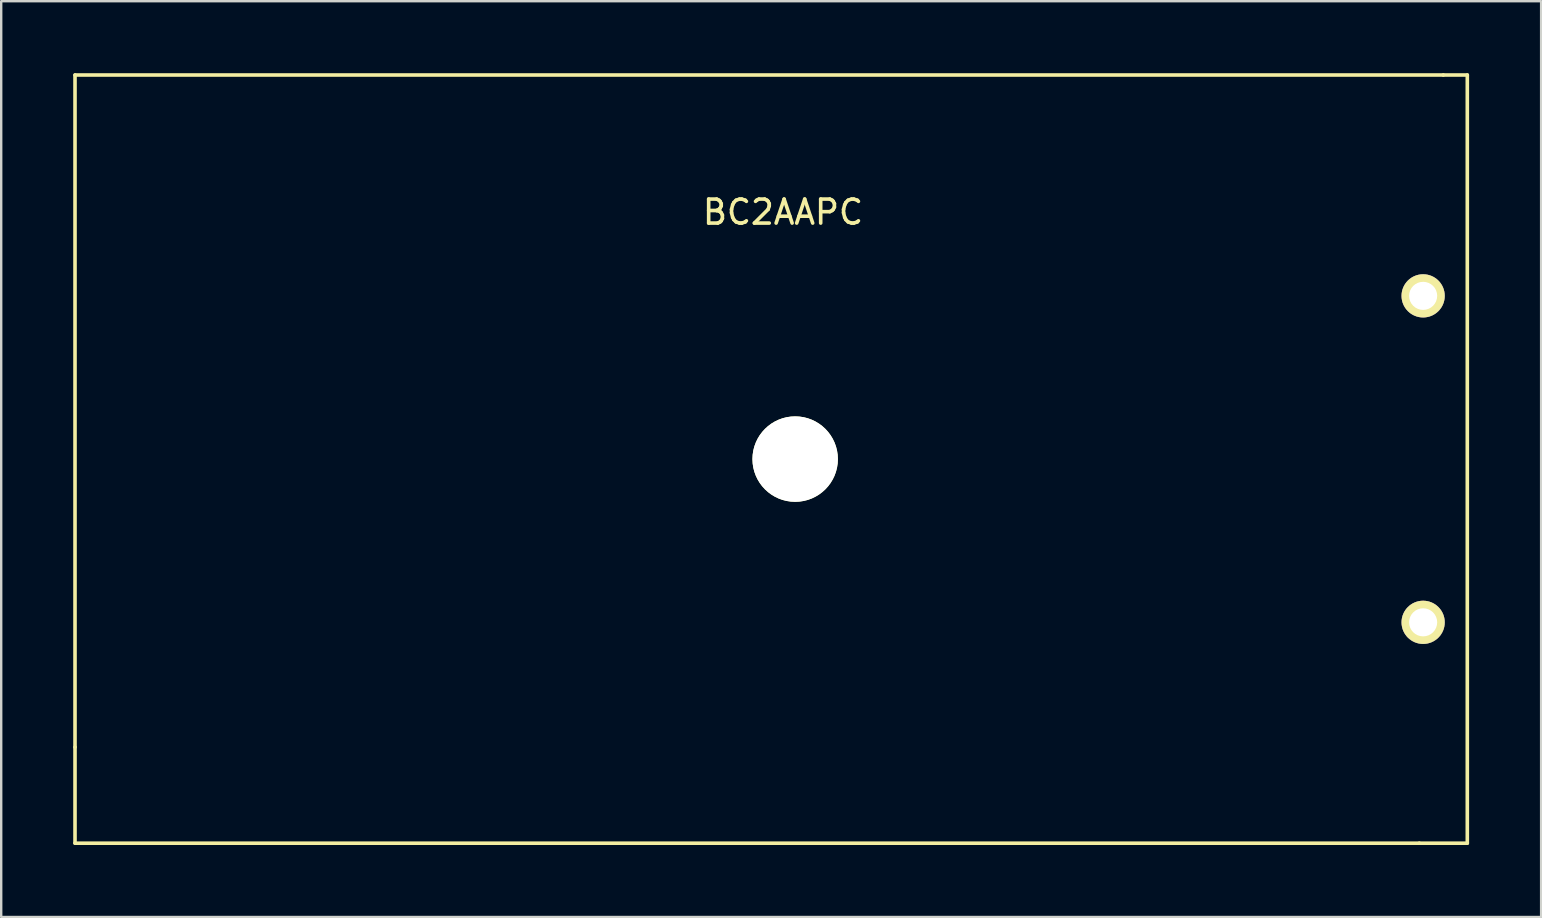
<source format=kicad_pcb>
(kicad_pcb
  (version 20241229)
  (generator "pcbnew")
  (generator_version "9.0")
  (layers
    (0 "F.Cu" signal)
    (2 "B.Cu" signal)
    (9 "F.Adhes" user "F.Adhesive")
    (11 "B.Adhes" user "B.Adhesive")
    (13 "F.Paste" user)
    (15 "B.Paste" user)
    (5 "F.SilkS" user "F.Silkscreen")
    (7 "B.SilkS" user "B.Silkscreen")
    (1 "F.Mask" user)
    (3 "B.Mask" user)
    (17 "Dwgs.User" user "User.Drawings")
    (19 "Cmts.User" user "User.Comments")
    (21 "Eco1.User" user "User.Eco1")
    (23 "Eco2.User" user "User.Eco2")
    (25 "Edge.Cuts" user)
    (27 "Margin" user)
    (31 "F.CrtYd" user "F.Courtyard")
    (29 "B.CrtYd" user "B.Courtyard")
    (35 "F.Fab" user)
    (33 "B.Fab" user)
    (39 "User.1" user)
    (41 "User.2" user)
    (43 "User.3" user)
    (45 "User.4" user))
  (footprint "BC2AAPC"
    (layer "F.Cu")
    (at 30.075 16.075)
    (property "Reference" "BC2AAPC" (at -0.508 -10.287 0) (layer "F.SilkS") (effects (font (size 1 1) (thickness 0.15))))
    (attr through_hole)
    (fp_line (start -30 -16) (end -30 12) (stroke (width 0.15) (type solid)) (layer "F.SilkS"))
    (fp_line (start -30 12) (end -30 16) (stroke (width 0.15) (type solid)) (layer "F.SilkS"))
    (fp_line (start -30 16) (end 26 16) (stroke (width 0.15) (type solid)) (layer "F.SilkS"))
    (fp_line (start 26 16) (end 28 16) (stroke (width 0.15) (type solid)) (layer "F.SilkS"))
    (fp_line (start 27 -16) (end -30 -16) (stroke (width 0.15) (type solid)) (layer "F.SilkS"))
    (fp_line (start 28 -16) (end 27 -16) (stroke (width 0.15) (type solid)) (layer "F.SilkS"))
    (fp_line (start 28 16) (end 28 -16) (stroke (width 0.15) (type solid)) (layer "F.SilkS"))
    (pad "" np_thru_hole circle (at 0 0) (size 3.56 3.56) (drill 3.56) (layers "*.Cu" "*.Mask" "F.SilkS"))
    (pad "1" thru_hole circle (at 26.16 6.8) (size 1.8 1.8) (drill 1.17) (layers "*.Cu" "*.Mask" "F.SilkS"))
    (pad "2" thru_hole circle (at 26.16 -6.8) (size 1.8 1.8) (drill 1.17) (layers "*.Cu" "*.Mask" "F.SilkS")))
  (gr_rect
    (start -3 -3)
    (end 61.15 35.15)
    (stroke (width 0.1) (type default))
    (fill no)
    (layer "Edge.Cuts")))
</source>
